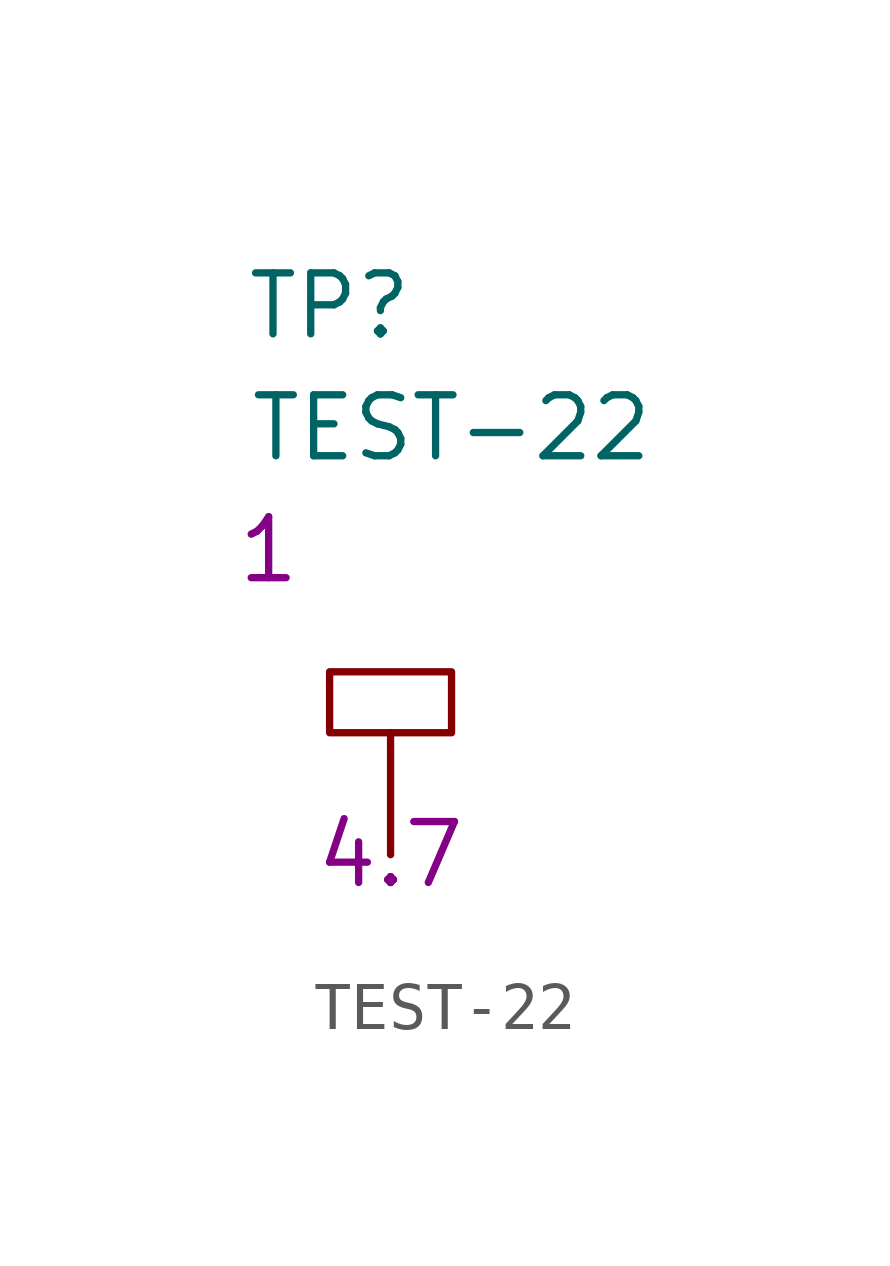
<source format=kicad_sym>
(kicad_symbol_lib
  (version 20211014)
  (generator kicad_symbol_editor)
  (symbol "TEST-22"
    (pin_numbers hide)
    (pin_names
      (offset 1.27) hide)
    (property "Reference" "TP"
      (at -1.27 11.43 0)
      (effects (font (size 1.27 1.27))))
    (property "Value" "TEST-22"
      (at 1.27 8.89 0)
      (effects (font (size 1.27 1.27))))
    (property "Qty" "1"
      (at -2.54 6.35 0)
      (effects (font (size 1.27 1.27))))
    (property "Height" "4.7"
      (at 0 0 0)
      (effects (font (size 1.27 1.27))))
    (symbol "TEST-22_0_1"
      (polyline (pts (xy 0 2.54) (xy 1.27 2.54) (xy 1.27 3.81) (xy -1.27 3.81) (xy -1.27 2.54) (xy 0 2.54)) (stroke (width 0) (type default) (color 0 0 0 0)) (fill (type none))))
    (symbol "TEST-22_1_1"
      (pin passive line (at 0 0 90) (length 2.54) (name "TP" (effects (font (size 1.27 1.27)))) (number "1" (effects (font (size 1.27 1.27))))))))
</source>
